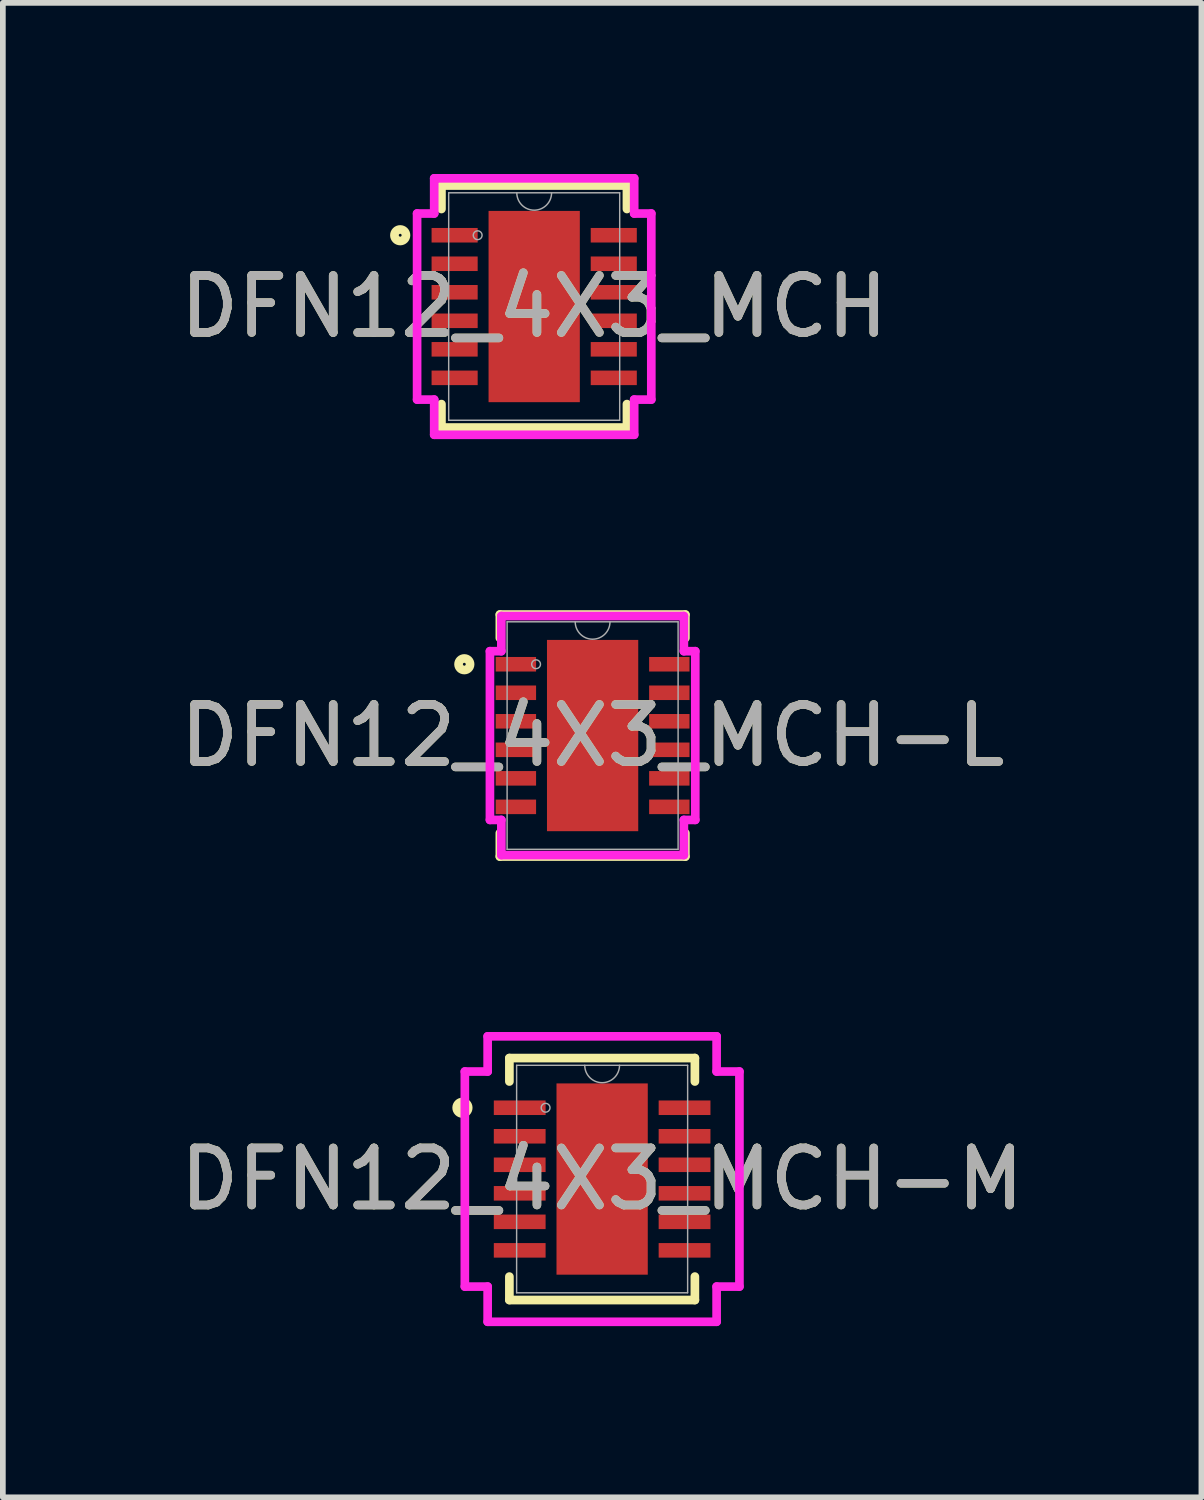
<source format=kicad_pcb>
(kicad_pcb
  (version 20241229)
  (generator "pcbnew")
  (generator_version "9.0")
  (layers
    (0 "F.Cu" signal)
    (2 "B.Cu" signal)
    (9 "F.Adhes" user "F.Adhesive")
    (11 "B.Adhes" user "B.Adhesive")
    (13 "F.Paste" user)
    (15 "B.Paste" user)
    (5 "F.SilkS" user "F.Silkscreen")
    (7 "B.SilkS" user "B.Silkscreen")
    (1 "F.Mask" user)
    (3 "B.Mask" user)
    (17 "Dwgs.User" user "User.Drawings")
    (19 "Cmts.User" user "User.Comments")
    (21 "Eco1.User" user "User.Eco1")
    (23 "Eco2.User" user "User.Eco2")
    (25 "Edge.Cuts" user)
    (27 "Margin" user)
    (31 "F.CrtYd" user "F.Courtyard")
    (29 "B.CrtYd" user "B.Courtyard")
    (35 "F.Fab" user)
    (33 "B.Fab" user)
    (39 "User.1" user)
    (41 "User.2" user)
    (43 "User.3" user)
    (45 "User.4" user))
  (footprint "DFN12_4X3_MCH-M"
    (layer "F.Cu")
    (at 7.506 17.62)
    (property "Reference" "DFN12_4X3_MCH-M" (at 0 0 0) (unlocked yes) (layer "F.SilkS") (effects (font (size 1 1) (thickness 0.15))))
    (attr smd)
    (fp_line (start -1.626 -2.121) (end -1.626 -1.71) (stroke (width 0.152) (type solid)) (layer "F.SilkS"))
    (fp_line (start -1.626 1.71) (end -1.626 2.121) (stroke (width 0.152) (type solid)) (layer "F.SilkS"))
    (fp_line (start -1.626 2.121) (end 1.626 2.121) (stroke (width 0.152) (type solid)) (layer "F.SilkS"))
    (fp_line (start 1.626 -2.121) (end -1.626 -2.121) (stroke (width 0.152) (type solid)) (layer "F.SilkS"))
    (fp_line (start 1.626 -1.71) (end 1.626 -2.121) (stroke (width 0.152) (type solid)) (layer "F.SilkS"))
    (fp_line (start 1.626 2.121) (end 1.626 1.71) (stroke (width 0.152) (type solid)) (layer "F.SilkS"))
    (fp_circle (center -2.449 -1.25) (end -2.348 -1.25) (stroke (width 0.152) (type solid)) (fill no) (layer "F.SilkS"))
    (fp_poly (pts (xy -0.7 -1.576) (xy -0.7 -0.1) (xy 0.7 -0.1) (xy 0.7 -1.576)) (stroke (width 0) (type solid)) (fill yes) (layer "F.Paste"))
    (fp_poly (pts (xy -0.7 0.1) (xy -0.7 1.576) (xy 0.7 1.576) (xy 0.7 0.1)) (stroke (width 0) (type solid)) (fill yes) (layer "F.Paste"))
    (fp_line (start -2.407 -1.885) (end -2.007 -1.885) (stroke (width 0.152) (type solid)) (layer "F.CrtYd"))
    (fp_line (start -2.407 1.885) (end -2.407 -1.885) (stroke (width 0.152) (type solid)) (layer "F.CrtYd"))
    (fp_line (start -2.407 1.885) (end -2.007 1.885) (stroke (width 0.152) (type solid)) (layer "F.CrtYd"))
    (fp_line (start -2.007 -2.502) (end 2.007 -2.502) (stroke (width 0.152) (type solid)) (layer "F.CrtYd"))
    (fp_line (start -2.007 -1.885) (end -2.007 -2.502) (stroke (width 0.152) (type solid)) (layer "F.CrtYd"))
    (fp_line (start -2.007 2.502) (end -2.007 1.885) (stroke (width 0.152) (type solid)) (layer "F.CrtYd"))
    (fp_line (start 2.007 -2.502) (end 2.007 -1.885) (stroke (width 0.152) (type solid)) (layer "F.CrtYd"))
    (fp_line (start 2.007 1.885) (end 2.007 2.502) (stroke (width 0.152) (type solid)) (layer "F.CrtYd"))
    (fp_line (start 2.007 2.502) (end -2.007 2.502) (stroke (width 0.152) (type solid)) (layer "F.CrtYd"))
    (fp_line (start 2.407 -1.885) (end 2.007 -1.885) (stroke (width 0.152) (type solid)) (layer "F.CrtYd"))
    (fp_line (start 2.407 -1.885) (end 2.407 1.885) (stroke (width 0.152) (type solid)) (layer "F.CrtYd"))
    (fp_line (start 2.407 1.885) (end 2.007 1.885) (stroke (width 0.152) (type solid)) (layer "F.CrtYd"))
    (fp_line (start -1.499 -1.994) (end -1.499 1.994) (stroke (width 0.025) (type solid)) (layer "F.Fab"))
    (fp_line (start -1.499 1.994) (end 1.499 1.994) (stroke (width 0.025) (type solid)) (layer "F.Fab"))
    (fp_line (start 1.499 -1.994) (end -1.499 -1.994) (stroke (width 0.025) (type solid)) (layer "F.Fab"))
    (fp_line (start 1.499 1.994) (end 1.499 -1.994) (stroke (width 0.025) (type solid)) (layer "F.Fab"))
    (fp_arc (start 0.3048 -1.9939) (mid 0 -1.6891) (end -0.3048 -1.9939) (stroke (width 0.0254) (type solid)) (layer "F.Fab"))
    (fp_circle (center -0.991 -1.25) (end -0.914 -1.25) (stroke (width 0.025) (type solid)) (fill no) (layer "F.Fab"))
    (fp_text user "${REFERENCE}" (at 0 0 0) (unlocked yes) (layer "F.Fab") (effects (font (size 1 1) (thickness 0.15))))
    (pad "1" smd rect (at -1.445 -1.25) (size 0.908 0.255) (layers "F.Cu" "F.Mask" "F.Paste"))
    (pad "2" smd rect (at -1.445 -0.75) (size 0.908 0.255) (layers "F.Cu" "F.Mask" "F.Paste"))
    (pad "3" smd rect (at -1.445 -0.25) (size 0.908 0.255) (layers "F.Cu" "F.Mask" "F.Paste"))
    (pad "4" smd rect (at -1.445 0.25) (size 0.908 0.255) (layers "F.Cu" "F.Mask" "F.Paste"))
    (pad "5" smd rect (at -1.445 0.75) (size 0.908 0.255) (layers "F.Cu" "F.Mask" "F.Paste"))
    (pad "6" smd rect (at -1.445 1.25) (size 0.908 0.255) (layers "F.Cu" "F.Mask" "F.Paste"))
    (pad "7" smd rect (at 1.445 1.25) (size 0.908 0.255) (layers "F.Cu" "F.Mask" "F.Paste"))
    (pad "8" smd rect (at 1.445 0.75) (size 0.908 0.255) (layers "F.Cu" "F.Mask" "F.Paste"))
    (pad "9" smd rect (at 1.445 0.25) (size 0.908 0.255) (layers "F.Cu" "F.Mask" "F.Paste"))
    (pad "10" smd rect (at 1.445 -0.25) (size 0.908 0.255) (layers "F.Cu" "F.Mask" "F.Paste"))
    (pad "11" smd rect (at 1.445 -0.75) (size 0.908 0.255) (layers "F.Cu" "F.Mask" "F.Paste"))
    (pad "12" smd rect (at 1.445 -1.25) (size 0.908 0.255) (layers "F.Cu" "F.Mask" "F.Paste"))
    (pad "13" smd rect (at 0 0) (size 1.6 3.353) (layers "F.Cu" "F.Mask" "F.Paste")))
  (footprint "DFN12_4X3_MCH"
    (layer "F.Cu")
    (at 6.315 2.324)
    (property "Reference" "DFN12_4X3_MCH" (at 0 0 0) (unlocked yes) (layer "F.SilkS") (effects (font (size 1 1) (thickness 0.15))))
    (attr smd)
    (fp_line (start -1.626 -2.121) (end -1.626 -1.71) (stroke (width 0.152) (type solid)) (layer "F.SilkS"))
    (fp_line (start -1.626 1.71) (end -1.626 2.121) (stroke (width 0.152) (type solid)) (layer "F.SilkS"))
    (fp_line (start -1.626 2.121) (end 1.626 2.121) (stroke (width 0.152) (type solid)) (layer "F.SilkS"))
    (fp_line (start 1.626 -2.121) (end -1.626 -2.121) (stroke (width 0.152) (type solid)) (layer "F.SilkS"))
    (fp_line (start 1.626 -1.71) (end 1.626 -2.121) (stroke (width 0.152) (type solid)) (layer "F.SilkS"))
    (fp_line (start 1.626 2.121) (end 1.626 1.71) (stroke (width 0.152) (type solid)) (layer "F.SilkS"))
    (fp_circle (center -2.349 -1.25) (end -2.248 -1.25) (stroke (width 0.152) (type solid)) (fill no) (layer "F.SilkS"))
    (fp_poly (pts (xy -0.7 -1.576) (xy -0.7 -0.1) (xy 0.7 -0.1) (xy 0.7 -1.576)) (stroke (width 0) (type solid)) (fill yes) (layer "F.Paste"))
    (fp_poly (pts (xy -0.7 0.1) (xy -0.7 1.576) (xy 0.7 1.576) (xy 0.7 0.1)) (stroke (width 0) (type solid)) (fill yes) (layer "F.Paste"))
    (fp_line (start -2.053 -1.631) (end -1.753 -1.631) (stroke (width 0.152) (type solid)) (layer "F.CrtYd"))
    (fp_line (start -2.053 1.631) (end -2.053 -1.631) (stroke (width 0.152) (type solid)) (layer "F.CrtYd"))
    (fp_line (start -2.053 1.631) (end -1.753 1.631) (stroke (width 0.152) (type solid)) (layer "F.CrtYd"))
    (fp_line (start -1.753 -2.248) (end 1.753 -2.248) (stroke (width 0.152) (type solid)) (layer "F.CrtYd"))
    (fp_line (start -1.753 -1.631) (end -1.753 -2.248) (stroke (width 0.152) (type solid)) (layer "F.CrtYd"))
    (fp_line (start -1.753 2.248) (end -1.753 1.631) (stroke (width 0.152) (type solid)) (layer "F.CrtYd"))
    (fp_line (start 1.753 -2.248) (end 1.753 -1.631) (stroke (width 0.152) (type solid)) (layer "F.CrtYd"))
    (fp_line (start 1.753 1.631) (end 1.753 2.248) (stroke (width 0.152) (type solid)) (layer "F.CrtYd"))
    (fp_line (start 1.753 2.248) (end -1.753 2.248) (stroke (width 0.152) (type solid)) (layer "F.CrtYd"))
    (fp_line (start 2.053 -1.631) (end 1.753 -1.631) (stroke (width 0.152) (type solid)) (layer "F.CrtYd"))
    (fp_line (start 2.053 -1.631) (end 2.053 1.631) (stroke (width 0.152) (type solid)) (layer "F.CrtYd"))
    (fp_line (start 2.053 1.631) (end 1.753 1.631) (stroke (width 0.152) (type solid)) (layer "F.CrtYd"))
    (fp_line (start -1.499 -1.994) (end -1.499 1.994) (stroke (width 0.025) (type solid)) (layer "F.Fab"))
    (fp_line (start -1.499 1.994) (end 1.499 1.994) (stroke (width 0.025) (type solid)) (layer "F.Fab"))
    (fp_line (start 1.499 -1.994) (end -1.499 -1.994) (stroke (width 0.025) (type solid)) (layer "F.Fab"))
    (fp_line (start 1.499 1.994) (end 1.499 -1.994) (stroke (width 0.025) (type solid)) (layer "F.Fab"))
    (fp_arc (start 0.3048 -1.9939) (mid 0 -1.6891) (end -0.3048 -1.9939) (stroke (width 0.0254) (type solid)) (layer "F.Fab"))
    (fp_circle (center -0.991 -1.25) (end -0.914 -1.25) (stroke (width 0.025) (type solid)) (fill no) (layer "F.Fab"))
    (fp_text user "${REFERENCE}" (at 0 0 0) (unlocked yes) (layer "F.Fab") (effects (font (size 1 1) (thickness 0.15))))
    (pad "1" smd rect (at -1.395 -1.25) (size 0.808 0.255) (layers "F.Cu" "F.Mask" "F.Paste"))
    (pad "2" smd rect (at -1.395 -0.75) (size 0.808 0.255) (layers "F.Cu" "F.Mask" "F.Paste"))
    (pad "3" smd rect (at -1.395 -0.25) (size 0.808 0.255) (layers "F.Cu" "F.Mask" "F.Paste"))
    (pad "4" smd rect (at -1.395 0.25) (size 0.808 0.255) (layers "F.Cu" "F.Mask" "F.Paste"))
    (pad "5" smd rect (at -1.395 0.75) (size 0.808 0.255) (layers "F.Cu" "F.Mask" "F.Paste"))
    (pad "6" smd rect (at -1.395 1.25) (size 0.808 0.255) (layers "F.Cu" "F.Mask" "F.Paste"))
    (pad "7" smd rect (at 1.395 1.25) (size 0.808 0.255) (layers "F.Cu" "F.Mask" "F.Paste"))
    (pad "8" smd rect (at 1.395 0.75) (size 0.808 0.255) (layers "F.Cu" "F.Mask" "F.Paste"))
    (pad "9" smd rect (at 1.395 0.25) (size 0.808 0.255) (layers "F.Cu" "F.Mask" "F.Paste"))
    (pad "10" smd rect (at 1.395 -0.25) (size 0.808 0.255) (layers "F.Cu" "F.Mask" "F.Paste"))
    (pad "11" smd rect (at 1.395 -0.75) (size 0.808 0.255) (layers "F.Cu" "F.Mask" "F.Paste"))
    (pad "12" smd rect (at 1.395 -1.25) (size 0.808 0.255) (layers "F.Cu" "F.Mask" "F.Paste"))
    (pad "13" smd rect (at 0 0) (size 1.6 3.353) (layers "F.Cu" "F.Mask" "F.Paste")))
  (footprint "DFN12_4X3_MCH-L"
    (layer "F.Cu")
    (at 7.339 9.845)
    (property "Reference" "DFN12_4X3_MCH-L" (at 0 0 0) (unlocked yes) (layer "F.SilkS") (effects (font (size 1 1) (thickness 0.15))))
    (attr smd)
    (fp_line (start -1.626 -2.121) (end -1.626 -1.71) (stroke (width 0.152) (type solid)) (layer "F.SilkS"))
    (fp_line (start -1.626 1.71) (end -1.626 2.121) (stroke (width 0.152) (type solid)) (layer "F.SilkS"))
    (fp_line (start -1.626 2.121) (end 1.626 2.121) (stroke (width 0.152) (type solid)) (layer "F.SilkS"))
    (fp_line (start 1.626 -2.121) (end -1.626 -2.121) (stroke (width 0.152) (type solid)) (layer "F.SilkS"))
    (fp_line (start 1.626 -1.71) (end 1.626 -2.121) (stroke (width 0.152) (type solid)) (layer "F.SilkS"))
    (fp_line (start 1.626 2.121) (end 1.626 1.71) (stroke (width 0.152) (type solid)) (layer "F.SilkS"))
    (fp_circle (center -2.249 -1.25) (end -2.148 -1.25) (stroke (width 0.152) (type solid)) (fill no) (layer "F.SilkS"))
    (fp_poly (pts (xy -0.7 -1.576) (xy -0.7 -0.1) (xy 0.7 -0.1) (xy 0.7 -1.576)) (stroke (width 0) (type solid)) (fill yes) (layer "F.Paste"))
    (fp_poly (pts (xy -0.7 0.1) (xy -0.7 1.576) (xy 0.7 1.576) (xy 0.7 0.1)) (stroke (width 0) (type solid)) (fill yes) (layer "F.Paste"))
    (fp_line (start -1.8 -1.479) (end -1.6 -1.479) (stroke (width 0.152) (type solid)) (layer "F.CrtYd"))
    (fp_line (start -1.8 1.479) (end -1.8 -1.479) (stroke (width 0.152) (type solid)) (layer "F.CrtYd"))
    (fp_line (start -1.8 1.479) (end -1.6 1.479) (stroke (width 0.152) (type solid)) (layer "F.CrtYd"))
    (fp_line (start -1.6 -2.095) (end 1.6 -2.095) (stroke (width 0.152) (type solid)) (layer "F.CrtYd"))
    (fp_line (start -1.6 -1.479) (end -1.6 -2.095) (stroke (width 0.152) (type solid)) (layer "F.CrtYd"))
    (fp_line (start -1.6 2.095) (end -1.6 1.479) (stroke (width 0.152) (type solid)) (layer "F.CrtYd"))
    (fp_line (start 1.6 -2.095) (end 1.6 -1.479) (stroke (width 0.152) (type solid)) (layer "F.CrtYd"))
    (fp_line (start 1.6 1.479) (end 1.6 2.095) (stroke (width 0.152) (type solid)) (layer "F.CrtYd"))
    (fp_line (start 1.6 2.095) (end -1.6 2.095) (stroke (width 0.152) (type solid)) (layer "F.CrtYd"))
    (fp_line (start 1.8 -1.479) (end 1.6 -1.479) (stroke (width 0.152) (type solid)) (layer "F.CrtYd"))
    (fp_line (start 1.8 -1.479) (end 1.8 1.479) (stroke (width 0.152) (type solid)) (layer "F.CrtYd"))
    (fp_line (start 1.8 1.479) (end 1.6 1.479) (stroke (width 0.152) (type solid)) (layer "F.CrtYd"))
    (fp_line (start -1.499 -1.994) (end -1.499 1.994) (stroke (width 0.025) (type solid)) (layer "F.Fab"))
    (fp_line (start -1.499 1.994) (end 1.499 1.994) (stroke (width 0.025) (type solid)) (layer "F.Fab"))
    (fp_line (start 1.499 -1.994) (end -1.499 -1.994) (stroke (width 0.025) (type solid)) (layer "F.Fab"))
    (fp_line (start 1.499 1.994) (end 1.499 -1.994) (stroke (width 0.025) (type solid)) (layer "F.Fab"))
    (fp_arc (start 0.3048 -1.9939) (mid 0 -1.6891) (end -0.3048 -1.9939) (stroke (width 0.0254) (type solid)) (layer "F.Fab"))
    (fp_circle (center -0.991 -1.25) (end -0.914 -1.25) (stroke (width 0.025) (type solid)) (fill no) (layer "F.Fab"))
    (fp_text user "${REFERENCE}" (at 0 0 0) (unlocked yes) (layer "F.Fab") (effects (font (size 1 1) (thickness 0.15))))
    (pad "1" smd rect (at -1.345 -1.25) (size 0.708 0.255) (layers "F.Cu" "F.Mask" "F.Paste"))
    (pad "2" smd rect (at -1.345 -0.75) (size 0.708 0.255) (layers "F.Cu" "F.Mask" "F.Paste"))
    (pad "3" smd rect (at -1.345 -0.25) (size 0.708 0.255) (layers "F.Cu" "F.Mask" "F.Paste"))
    (pad "4" smd rect (at -1.345 0.25) (size 0.708 0.255) (layers "F.Cu" "F.Mask" "F.Paste"))
    (pad "5" smd rect (at -1.345 0.75) (size 0.708 0.255) (layers "F.Cu" "F.Mask" "F.Paste"))
    (pad "6" smd rect (at -1.345 1.25) (size 0.708 0.255) (layers "F.Cu" "F.Mask" "F.Paste"))
    (pad "7" smd rect (at 1.345 1.25) (size 0.708 0.255) (layers "F.Cu" "F.Mask" "F.Paste"))
    (pad "8" smd rect (at 1.345 0.75) (size 0.708 0.255) (layers "F.Cu" "F.Mask" "F.Paste"))
    (pad "9" smd rect (at 1.345 0.25) (size 0.708 0.255) (layers "F.Cu" "F.Mask" "F.Paste"))
    (pad "10" smd rect (at 1.345 -0.25) (size 0.708 0.255) (layers "F.Cu" "F.Mask" "F.Paste"))
    (pad "11" smd rect (at 1.345 -0.75) (size 0.708 0.255) (layers "F.Cu" "F.Mask" "F.Paste"))
    (pad "12" smd rect (at 1.345 -1.25) (size 0.708 0.255) (layers "F.Cu" "F.Mask" "F.Paste"))
    (pad "13" smd rect (at 0 0) (size 1.6 3.353) (layers "F.Cu" "F.Mask" "F.Paste")))
  (gr_rect
    (start -3 -3)
    (end 18.012 23.199)
    (stroke (width 0.1) (type default))
    (fill no)
    (layer "Edge.Cuts")))
</source>
